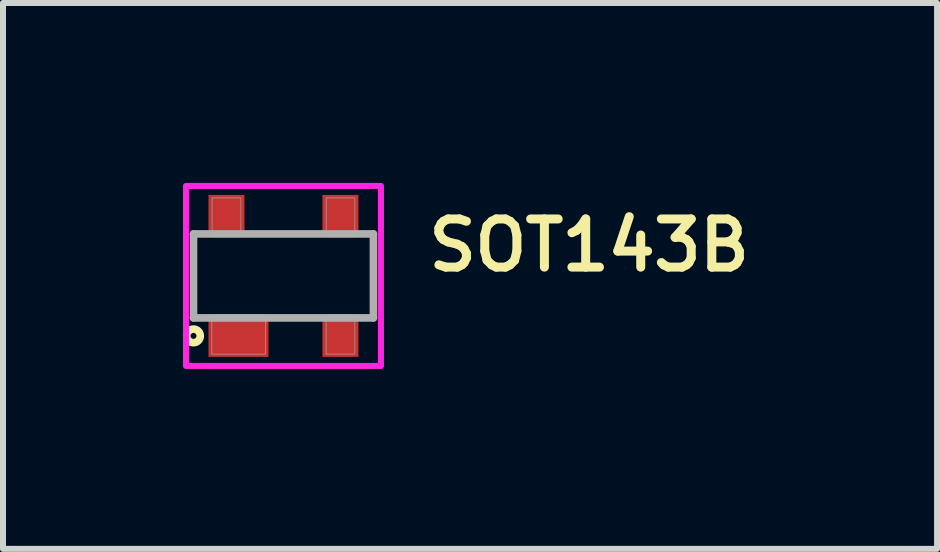
<source format=kicad_pcb>
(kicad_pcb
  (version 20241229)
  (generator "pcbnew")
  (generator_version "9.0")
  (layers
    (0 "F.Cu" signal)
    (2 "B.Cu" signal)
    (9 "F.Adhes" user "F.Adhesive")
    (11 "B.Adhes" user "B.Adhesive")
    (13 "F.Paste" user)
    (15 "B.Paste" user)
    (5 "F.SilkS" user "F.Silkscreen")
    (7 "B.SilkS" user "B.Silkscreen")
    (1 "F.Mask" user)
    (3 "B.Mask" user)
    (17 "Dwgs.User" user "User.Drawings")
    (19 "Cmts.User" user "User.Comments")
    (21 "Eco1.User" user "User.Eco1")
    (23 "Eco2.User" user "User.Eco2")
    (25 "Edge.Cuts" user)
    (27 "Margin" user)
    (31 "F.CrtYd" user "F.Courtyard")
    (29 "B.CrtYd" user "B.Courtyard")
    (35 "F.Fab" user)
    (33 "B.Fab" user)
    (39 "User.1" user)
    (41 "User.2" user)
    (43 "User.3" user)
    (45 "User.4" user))
  (footprint "SOT143B"
    (layer "F.Cu")
    (at 1.676 1.55)
    (property "Reference" "SOT143B" (at 5.096 -0.51 0) (layer "F.SilkS") (effects (font (size 0.803 0.803) (thickness 0.15))))
    (attr smd)
    (fp_circle (center -1.5 1) (end -1.45 1) (stroke (width 0.127) (type solid)) (fill no) (layer "F.SilkS"))
    (fp_poly (pts (xy -1.202 -1.3) (xy -0.7 -1.3) (xy -0.7 -0.701) (xy -1.202 -0.701)) (stroke (width 0.01) (type solid)) (fill yes) (layer "F.Paste"))
    (fp_poly (pts (xy -1.202 0.7) (xy -0.3 0.7) (xy -0.3 1.302) (xy -1.202 1.302)) (stroke (width 0.01) (type solid)) (fill yes) (layer "F.Paste"))
    (fp_poly (pts (xy 0.701 0.7) (xy 1.2 0.7) (xy 1.2 1.301) (xy 0.701 1.301)) (stroke (width 0.01) (type solid)) (fill yes) (layer "F.Paste"))
    (fp_poly (pts (xy 0.701 -1.3) (xy 1.2 -1.3) (xy 1.2 -0.701) (xy 0.701 -0.701)) (stroke (width 0.01) (type solid)) (fill yes) (layer "F.Paste"))
    (fp_poly (pts (xy -1.626 -1.5) (xy 1.625 -1.5) (xy 1.625 1.501) (xy -1.626 1.501)) (stroke (width 0.1) (type solid)) (fill no) (layer "F.CrtYd"))
    (fp_line (start -1.5 -0.7) (end 1.5 -0.7) (stroke (width 0.127) (type solid)) (layer "F.Fab"))
    (fp_line (start -1.5 0.7) (end -1.5 -0.7) (stroke (width 0.127) (type solid)) (layer "F.Fab"))
    (fp_line (start 1.5 -0.7) (end 1.5 0.7) (stroke (width 0.127) (type solid)) (layer "F.Fab"))
    (fp_line (start 1.5 0.7) (end -1.5 0.7) (stroke (width 0.127) (type solid)) (layer "F.Fab"))
    (fp_poly (pts (xy -1.194 0.65) (xy -0.3 0.65) (xy -0.3 1.304) (xy -1.194 1.304)) (stroke (width 0.01) (type solid)) (fill no) (layer "F.Fab"))
    (fp_poly (pts (xy -1.191 -1.3) (xy -0.71 -1.3) (xy -0.71 -0.651) (xy -1.191 -0.651)) (stroke (width 0.01) (type solid)) (fill no) (layer "F.Fab"))
    (fp_poly (pts (xy 0.711 0.65) (xy 1.19 0.65) (xy 1.19 1.303) (xy 0.711 1.303)) (stroke (width 0.01) (type solid)) (fill no) (layer "F.Fab"))
    (fp_poly (pts (xy 0.712 -1.3) (xy 1.19 -1.3) (xy 1.19 -0.652) (xy 0.712 -0.652)) (stroke (width 0.01) (type solid)) (fill no) (layer "F.Fab"))
    (pad "1" smd rect (at -0.75 1) (size 1 0.7) (layers "F.Cu" "F.Mask" "F.Paste"))
    (pad "2" smd rect (at 0.95 1) (size 0.6 0.7) (layers "F.Cu" "F.Mask" "F.Paste"))
    (pad "3" smd rect (at 0.95 -1) (size 0.6 0.7) (layers "F.Cu" "F.Mask" "F.Paste"))
    (pad "4" smd rect (at -0.95 -1) (size 0.6 0.7) (layers "F.Cu" "F.Mask" "F.Paste")))
  (gr_rect
    (start -3 -3)
    (end 12.573 6.101)
    (stroke (width 0.1) (type default))
    (fill no)
    (layer "Edge.Cuts")))
</source>
